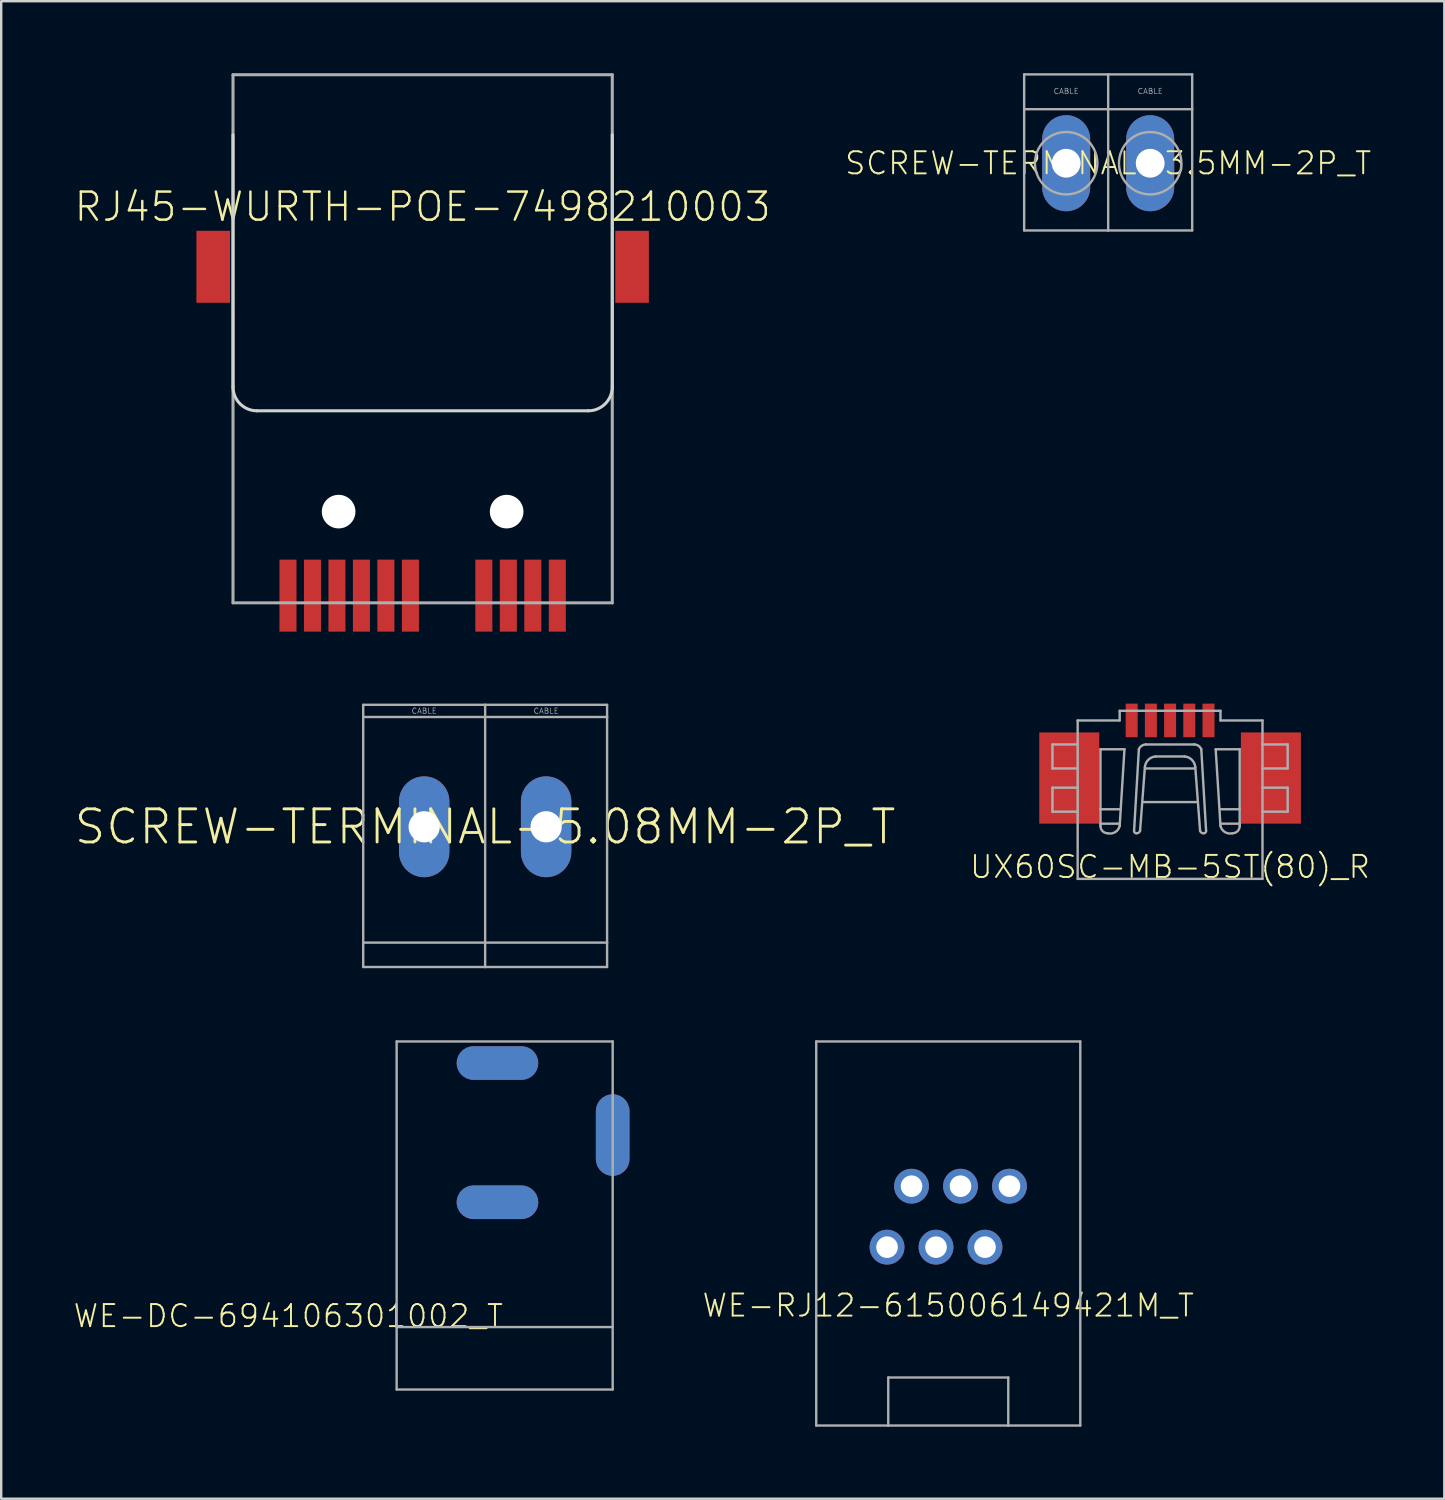
<source format=kicad_pcb>
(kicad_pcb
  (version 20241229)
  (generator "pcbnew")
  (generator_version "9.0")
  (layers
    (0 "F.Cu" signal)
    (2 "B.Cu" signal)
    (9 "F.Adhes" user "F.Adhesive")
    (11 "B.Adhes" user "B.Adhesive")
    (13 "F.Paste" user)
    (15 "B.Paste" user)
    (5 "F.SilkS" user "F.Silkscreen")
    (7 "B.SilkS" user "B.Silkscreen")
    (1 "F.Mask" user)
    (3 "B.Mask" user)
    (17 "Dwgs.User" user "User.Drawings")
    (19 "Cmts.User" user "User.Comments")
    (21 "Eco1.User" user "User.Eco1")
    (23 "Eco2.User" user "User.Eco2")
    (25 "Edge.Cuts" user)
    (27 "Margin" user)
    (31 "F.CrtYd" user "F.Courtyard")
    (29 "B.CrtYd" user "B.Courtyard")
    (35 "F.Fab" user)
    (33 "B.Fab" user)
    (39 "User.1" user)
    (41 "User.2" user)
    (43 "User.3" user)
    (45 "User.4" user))
  (footprint "SCREW-TERMINAL-5.08MM-2P_T"
    (layer "F.Cu")
    (at 17.161 31.393)
    (property "Reference" "SCREW-TERMINAL-5.08MM-2P_T" (at 0 0 0) (unlocked yes) (layer "F.SilkS") (effects (font (size 1.38 1.38) (thickness 0.12))))
    (fp_line (start -5.08 -5.08) (end -5.08 -4.572) (stroke (width 0.1) (type solid)) (layer "F.Fab"))
    (fp_line (start -5.08 -4.572) (end -5.08 4.826) (stroke (width 0.1) (type solid)) (layer "F.Fab"))
    (fp_line (start -5.08 -4.572) (end 5.08 -4.572) (stroke (width 0.1) (type solid)) (layer "F.Fab"))
    (fp_line (start -5.08 4.826) (end -5.08 5.842) (stroke (width 0.1) (type solid)) (layer "F.Fab"))
    (fp_line (start -5.08 4.826) (end 5.08 4.826) (stroke (width 0.1) (type solid)) (layer "F.Fab"))
    (fp_line (start -5.08 5.842) (end 0 5.842) (stroke (width 0.1) (type solid)) (layer "F.Fab"))
    (fp_line (start 0 -5.08) (end -5.08 -5.08) (stroke (width 0.1) (type solid)) (layer "F.Fab"))
    (fp_line (start 0 -5.08) (end 0 5.842) (stroke (width 0.1) (type solid)) (layer "F.Fab"))
    (fp_line (start 0 5.842) (end 5.08 5.842) (stroke (width 0.1) (type solid)) (layer "F.Fab"))
    (fp_line (start 5.08 -5.08) (end 0 -5.08) (stroke (width 0.1) (type solid)) (layer "F.Fab"))
    (fp_line (start 5.08 -4.572) (end 5.08 -5.08) (stroke (width 0.1) (type solid)) (layer "F.Fab"))
    (fp_line (start 5.08 4.826) (end 5.08 -4.572) (stroke (width 0.1) (type solid)) (layer "F.Fab"))
    (fp_line (start 5.08 5.842) (end 5.08 4.826) (stroke (width 0.1) (type solid)) (layer "F.Fab"))
    (fp_text user "CABLE" (at -2.54 -4.826 0) (layer "F.Fab") (effects (font (size 0.229 0.229) (thickness 0.025))))
    (fp_text user "CABLE" (at 2.54 -4.826 0) (layer "F.Fab") (effects (font (size 0.229 0.229) (thickness 0.025))))
    (pad "1" thru_hole oval (at -2.54 0 90) (size 4.2 2.1) (drill 1.3) (layers "*.Cu" "*.Mask"))
    (pad "2" thru_hole oval (at 2.54 0 90) (size 4.2 2.1) (drill 1.3) (layers "*.Cu" "*.Mask")))
  (footprint "SCREW-TERMINAL-3.5MM-2P_T"
    (layer "F.Cu")
    (at 43.116 3.75)
    (property "Reference" "SCREW-TERMINAL-3.5MM-2P_T" (at 0 0 0) (unlocked yes) (layer "F.SilkS") (effects (font (size 0.92 0.92) (thickness 0.08))))
    (fp_line (start -3.5 -3.7) (end -3.5 -2.25) (stroke (width 0.1) (type solid)) (layer "F.Fab"))
    (fp_line (start -3.5 -2.25) (end -3.5 2.8) (stroke (width 0.1) (type solid)) (layer "F.Fab"))
    (fp_line (start -3.5 -2.25) (end 0 -2.25) (stroke (width 0.1) (type solid)) (layer "F.Fab"))
    (fp_line (start -3.5 2.8) (end 0 2.8) (stroke (width 0.1) (type solid)) (layer "F.Fab"))
    (fp_line (start 0 -3.7) (end -3.5 -3.7) (stroke (width 0.1) (type solid)) (layer "F.Fab"))
    (fp_line (start 0 -3.7) (end 0 -2.25) (stroke (width 0.1) (type solid)) (layer "F.Fab"))
    (fp_line (start 0 -2.25) (end 0 2.8) (stroke (width 0.1) (type solid)) (layer "F.Fab"))
    (fp_line (start 0 -2.25) (end 3.5 -2.25) (stroke (width 0.1) (type solid)) (layer "F.Fab"))
    (fp_line (start 0 2.8) (end 3.5 2.8) (stroke (width 0.1) (type solid)) (layer "F.Fab"))
    (fp_line (start 3.5 -3.7) (end 0 -3.7) (stroke (width 0.1) (type solid)) (layer "F.Fab"))
    (fp_line (start 3.5 -2.25) (end 3.5 -3.7) (stroke (width 0.1) (type solid)) (layer "F.Fab"))
    (fp_line (start 3.5 2.8) (end 3.5 -2.25) (stroke (width 0.1) (type solid)) (layer "F.Fab"))
    (fp_circle (center -1.75 0) (end -0.45 0) (stroke (width 0.1) (type solid)) (fill no) (layer "F.Fab"))
    (fp_circle (center 1.75 0) (end 3.05 0) (stroke (width 0.1) (type solid)) (fill no) (layer "F.Fab"))
    (fp_text user "CABLE" (at 1.75 -3 0) (layer "F.Fab") (effects (font (size 0.229 0.229) (thickness 0.025))))
    (fp_text user "CABLE" (at -1.75 -3 0) (layer "F.Fab") (effects (font (size 0.229 0.229) (thickness 0.025))))
    (pad "1" thru_hole oval (at -1.75 0 90) (size 4 2) (drill 1.2) (layers "*.Cu" "*.Mask"))
    (pad "2" thru_hole oval (at 1.75 0 90) (size 4 2) (drill 1.2) (layers "*.Cu" "*.Mask")))
  (footprint "UX60SC-MB-5ST(80)_R"
    (layer "F.Cu")
    (at 45.695 33.063)
    (property "Reference" "UX60SC-MB-5ST(80)_R" (at 0 0 0) (unlocked yes) (layer "F.SilkS") (effects (font (size 0.92 0.92) (thickness 0.08))))
    (fp_line (start -4.9 -5.1) (end -4.9 -4.1) (stroke (width 0.1) (type solid)) (layer "F.Fab"))
    (fp_line (start -4.9 -4.1) (end -3.85 -4.1) (stroke (width 0.1) (type solid)) (layer "F.Fab"))
    (fp_line (start -4.9 -3.3) (end -4.9 -2.3) (stroke (width 0.1) (type solid)) (layer "F.Fab"))
    (fp_line (start -4.9 -2.3) (end -3.85 -2.3) (stroke (width 0.1) (type solid)) (layer "F.Fab"))
    (fp_line (start -3.85 -6.1) (end -3.85 -5.1) (stroke (width 0.1) (type solid)) (layer "F.Fab"))
    (fp_line (start -3.85 -5.1) (end -4.9 -5.1) (stroke (width 0.1) (type solid)) (layer "F.Fab"))
    (fp_line (start -3.85 -5.1) (end -3.85 -4.1) (stroke (width 0.1) (type solid)) (layer "F.Fab"))
    (fp_line (start -3.85 -4.1) (end -3.85 -3.3) (stroke (width 0.1) (type solid)) (layer "F.Fab"))
    (fp_line (start -3.85 -3.3) (end -4.9 -3.3) (stroke (width 0.1) (type solid)) (layer "F.Fab"))
    (fp_line (start -3.85 -3.3) (end -3.85 -2.3) (stroke (width 0.1) (type solid)) (layer "F.Fab"))
    (fp_line (start -3.85 -2.3) (end -3.85 0.5) (stroke (width 0.1) (type solid)) (layer "F.Fab"))
    (fp_line (start -3.85 0.5) (end 3.85 0.5) (stroke (width 0.1) (type solid)) (layer "F.Fab"))
    (fp_line (start -2.9 -4.9) (end -2.9 -2.4) (stroke (width 0.1) (type solid)) (layer "F.Fab"))
    (fp_line (start -2.9 -4.9) (end -1.9 -4.9) (stroke (width 0.1) (type solid)) (layer "F.Fab"))
    (fp_line (start -2.9 -2.4) (end -2.9 -1.8) (stroke (width 0.1) (type solid)) (layer "F.Fab"))
    (fp_line (start -2.9 -1.8) (end -2.9 -1.7) (stroke (width 0.1) (type solid)) (layer "F.Fab"))
    (fp_line (start -2.1 -6.5) (end 2.1 -6.5) (stroke (width 0.1) (type solid)) (layer "F.Fab"))
    (fp_line (start -2.1 -6.1) (end -3.85 -6.1) (stroke (width 0.1) (type solid)) (layer "F.Fab"))
    (fp_line (start -2.1 -6.1) (end -2.1 -6.5) (stroke (width 0.1) (type solid)) (layer "F.Fab"))
    (fp_line (start -2.1 -2.4) (end -2.9 -2.4) (stroke (width 0.1) (type solid)) (layer "F.Fab"))
    (fp_line (start -2.1 -1.8) (end -2.9 -1.8) (stroke (width 0.1) (type solid)) (layer "F.Fab"))
    (fp_line (start -2.1 -1.7) (end -1.9 -4.9) (stroke (width 0.1) (type solid)) (layer "F.Fab"))
    (fp_line (start -1.3 -4.9) (end -1.5 -1.5) (stroke (width 0.1) (type solid)) (layer "F.Fab"))
    (fp_line (start -1.25 -1.5) (end -1.05 -4.15) (stroke (width 0.1) (type solid)) (layer "F.Fab"))
    (fp_line (start -1.1 -2.7) (end 1.1 -2.7) (stroke (width 0.1) (type solid)) (layer "F.Fab"))
    (fp_line (start -1 -5.1) (end 1 -5.1) (stroke (width 0.1) (type solid)) (layer "F.Fab"))
    (fp_line (start -1 -4.1) (end 1 -4.1) (stroke (width 0.1) (type solid)) (layer "F.Fab"))
    (fp_line (start 0.6 -4.6) (end -0.6 -4.6) (stroke (width 0.1) (type solid)) (layer "F.Fab"))
    (fp_line (start 1.25 -1.5) (end 1.05 -4.15) (stroke (width 0.1) (type solid)) (layer "F.Fab"))
    (fp_line (start 1.3 -4.9) (end 1.5 -1.5) (stroke (width 0.1) (type solid)) (layer "F.Fab"))
    (fp_line (start 1.9 -4.9) (end 2.9 -4.9) (stroke (width 0.1) (type solid)) (layer "F.Fab"))
    (fp_line (start 2.1 -6.5) (end 2.1 -6.1) (stroke (width 0.1) (type solid)) (layer "F.Fab"))
    (fp_line (start 2.1 -1.8) (end 2.9 -1.8) (stroke (width 0.1) (type solid)) (layer "F.Fab"))
    (fp_line (start 2.1 -1.7) (end 1.9 -4.9) (stroke (width 0.1) (type solid)) (layer "F.Fab"))
    (fp_line (start 2.9 -4.9) (end 2.9 -2.4) (stroke (width 0.1) (type solid)) (layer "F.Fab"))
    (fp_line (start 2.9 -2.4) (end 2.1 -2.4) (stroke (width 0.1) (type solid)) (layer "F.Fab"))
    (fp_line (start 2.9 -2.4) (end 2.9 -1.8) (stroke (width 0.1) (type solid)) (layer "F.Fab"))
    (fp_line (start 2.9 -1.8) (end 2.9 -1.7) (stroke (width 0.1) (type solid)) (layer "F.Fab"))
    (fp_line (start 3.85 -6.1) (end 2.1 -6.1) (stroke (width 0.1) (type solid)) (layer "F.Fab"))
    (fp_line (start 3.85 -4.1) (end 4.9 -4.1) (stroke (width 0.1) (type solid)) (layer "F.Fab"))
    (fp_line (start 3.85 -2.3) (end 4.9 -2.3) (stroke (width 0.1) (type solid)) (layer "F.Fab"))
    (fp_line (start 3.85 0.5) (end 3.85 -6.1) (stroke (width 0.1) (type solid)) (layer "F.Fab"))
    (fp_line (start 4.9 -5.1) (end 3.85 -5.1) (stroke (width 0.1) (type solid)) (layer "F.Fab"))
    (fp_line (start 4.9 -4.1) (end 4.9 -5.1) (stroke (width 0.1) (type solid)) (layer "F.Fab"))
    (fp_line (start 4.9 -3.3) (end 3.85 -3.3) (stroke (width 0.1) (type solid)) (layer "F.Fab"))
    (fp_line (start 4.9 -2.3) (end 4.9 -3.3) (stroke (width 0.1) (type solid)) (layer "F.Fab"))
    (fp_arc (start -2.6 -1.4) (mid -2.812132 -1.487868) (end -2.9 -1.7) (stroke (width 0.1) (type solid)) (layer "F.Fab"))
    (fp_arc (start -2.1 -1.7) (mid -2.287868 -1.446447) (end -2.6 -1.4) (stroke (width 0.1) (type solid)) (layer "F.Fab"))
    (fp_arc (start -1.4 -1.399999) (mid -1.473596 -1.426403) (end -1.5 -1.5) (stroke (width 0.1) (type solid)) (layer "F.Fab"))
    (fp_arc (start -1.3 -4.899998) (mid -1.180278 -5.045415) (end -1 -5.1) (stroke (width 0.1) (type solid)) (layer "F.Fab"))
    (fp_arc (start -1.25 -1.5) (mid -1.307519 -1.423779) (end -1.399999 -1.400001) (stroke (width 0.1) (type solid)) (layer "F.Fab"))
    (fp_arc (start -1.05 -4.15) (mid -0.908417 -4.458418) (end -0.599999 -4.6) (stroke (width 0.1) (type solid)) (layer "F.Fab"))
    (fp_arc (start 0.599999 -4.6) (mid 0.908417 -4.458418) (end 1.05 -4.15) (stroke (width 0.1) (type solid)) (layer "F.Fab"))
    (fp_arc (start 1 -5.1) (mid 1.180278 -5.045416) (end 1.3 -4.899998) (stroke (width 0.1) (type solid)) (layer "F.Fab"))
    (fp_arc (start 1.399999 -1.400001) (mid 1.307519 -1.42378) (end 1.25 -1.5) (stroke (width 0.1) (type solid)) (layer "F.Fab"))
    (fp_arc (start 1.5 -1.5) (mid 1.473596 -1.426403) (end 1.4 -1.399999) (stroke (width 0.1) (type solid)) (layer "F.Fab"))
    (fp_arc (start 2.6 -1.4) (mid 2.287868 -1.446447) (end 2.1 -1.7) (stroke (width 0.1) (type solid)) (layer "F.Fab"))
    (fp_arc (start 2.9 -1.7) (mid 2.812132 -1.487868) (end 2.6 -1.4) (stroke (width 0.1) (type solid)) (layer "F.Fab"))
    (pad "1" smd rect (at -1.6 -6.1) (size 0.5 1.4) (layers "F.Cu" "F.Mask" "F.Paste"))
    (pad "2" smd rect (at -0.8 -6.1) (size 0.5 1.4) (layers "F.Cu" "F.Mask" "F.Paste"))
    (pad "3" smd rect (at 0 -6.1) (size 0.5 1.4) (layers "F.Cu" "F.Mask" "F.Paste"))
    (pad "4" smd rect (at 0.8 -6.1) (size 0.5 1.4) (layers "F.Cu" "F.Mask" "F.Paste"))
    (pad "5" smd rect (at 1.6 -6.1) (size 0.5 1.4) (layers "F.Cu" "F.Mask" "F.Paste"))
    (pad "S1" smd rect (at -4.2 -3.7 90) (size 3.8 2.5) (layers "F.Cu" "F.Mask" "F.Paste"))
    (pad "S2" smd rect (at 4.2 -3.7 90) (size 3.8 2.5) (layers "F.Cu" "F.Mask" "F.Paste"))
    (zone (net_name "") (layer "F.Cu") (hatch edge 0.5) (connect_pads) (min_thickness 0.25) (filled_areas_thickness no) (keepout (tracks not_allowed) (vias not_allowed) (pads not_allowed) (copperpour not_allowed) (footprints allowed)) (placement (enabled no)) (fill) (polygon (pts (xy 42.745 31.764) (xy 44.195 31.764) (xy 44.195 30.963) (xy 42.745 30.963))))
    (zone (net_name "") (layer "F.Cu") (hatch edge 0.5) (connect_pads) (min_thickness 0.25) (filled_areas_thickness no) (keepout (tracks not_allowed) (vias not_allowed) (pads not_allowed) (copperpour not_allowed) (footprints allowed)) (placement (enabled no)) (fill) (polygon (pts (xy 42.745 33.063) (xy 44.195 33.063) (xy 44.195 32.563) (xy 42.745 32.563))))
    (zone (net_name "") (layer "F.Cu") (hatch edge 0.5) (connect_pads) (min_thickness 0.25) (filled_areas_thickness no) (keepout (tracks not_allowed) (vias not_allowed) (pads not_allowed) (copperpour not_allowed) (footprints allowed)) (placement (enabled no)) (fill) (polygon (pts (xy 44.195 33.063) (xy 47.195 33.063) (xy 47.195 29.463) (xy 44.195 29.463))))
    (zone (net_name "") (layer "F.Cu") (hatch edge 0.5) (connect_pads) (min_thickness 0.25) (filled_areas_thickness no) (keepout (tracks not_allowed) (vias not_allowed) (pads not_allowed) (copperpour not_allowed) (footprints allowed)) (placement (enabled no)) (fill) (polygon (pts (xy 47.195 31.764) (xy 48.645 31.764) (xy 48.645 30.963) (xy 47.195 30.963))))
    (zone (net_name "") (layer "F.Cu") (hatch edge 0.5) (connect_pads) (min_thickness 0.25) (filled_areas_thickness no) (keepout (tracks not_allowed) (vias not_allowed) (pads not_allowed) (copperpour not_allowed) (footprints allowed)) (placement (enabled no)) (fill) (polygon (pts (xy 47.195 33.063) (xy 48.645 33.063) (xy 48.645 32.563) (xy 47.195 32.563)))))
  (footprint "WE-RJ12-615006149421M_T"
    (layer "F.Cu")
    (at 36.454 48.336)
    (property "Reference" "WE-RJ12-615006149421M_T" (at 0 3 0) (unlocked yes) (layer "F.SilkS") (effects (font (size 0.92 0.92) (thickness 0.08))))
    (fp_line (start -5.5 -8) (end 5.5 -8) (stroke (width 0.1) (type solid)) (layer "F.Fab"))
    (fp_line (start -5.5 8) (end -5.5 -8) (stroke (width 0.1) (type solid)) (layer "F.Fab"))
    (fp_line (start -2.5 6) (end 2.5 6) (stroke (width 0.1) (type solid)) (layer "F.Fab"))
    (fp_line (start -2.5 8) (end -5.5 8) (stroke (width 0.1) (type solid)) (layer "F.Fab"))
    (fp_line (start -2.5 8) (end -2.5 6) (stroke (width 0.1) (type solid)) (layer "F.Fab"))
    (fp_line (start 2.5 6) (end 2.5 8) (stroke (width 0.1) (type solid)) (layer "F.Fab"))
    (fp_line (start 2.5 8) (end -2.5 8) (stroke (width 0.1) (type solid)) (layer "F.Fab"))
    (fp_line (start 5.5 -8) (end 5.5 8) (stroke (width 0.1) (type solid)) (layer "F.Fab"))
    (fp_line (start 5.5 8) (end 2.5 8) (stroke (width 0.1) (type solid)) (layer "F.Fab"))
    (pad "1" thru_hole circle (at 2.55 -1.97) (size 1.45 1.45) (drill 0.9) (layers "*.Cu" "*.Mask"))
    (pad "2" thru_hole circle (at 1.53 0.57) (size 1.45 1.45) (drill 0.9) (layers "*.Cu" "*.Mask"))
    (pad "3" thru_hole circle (at 0.51 -1.97) (size 1.45 1.45) (drill 0.9) (layers "*.Cu" "*.Mask"))
    (pad "4" thru_hole circle (at -0.51 0.57) (size 1.45 1.45) (drill 0.9) (layers "*.Cu" "*.Mask"))
    (pad "5" thru_hole circle (at -1.53 -1.97) (size 1.45 1.45) (drill 0.9) (layers "*.Cu" "*.Mask"))
    (pad "6" thru_hole circle (at -2.55 0.57) (size 1.45 1.45) (drill 0.9) (layers "*.Cu" "*.Mask")))
  (footprint "WE-DC-694106301002_T"
    (layer "F.Cu")
    (at 22.474 44.236)
    (property "Reference" "WE-DC-694106301002_T" (at -4.5 7 0) (unlocked yes) (layer "F.SilkS") (effects (font (size 0.92 0.92) (thickness 0.08)) (justify right top)))
    (fp_line (start -9 -3.9) (end -9 8) (stroke (width 0.1) (type solid)) (layer "F.Fab"))
    (fp_line (start -9 8) (end -9 10.6) (stroke (width 0.1) (type solid)) (layer "F.Fab"))
    (fp_line (start -9 10.6) (end 0 10.6) (stroke (width 0.1) (type solid)) (layer "F.Fab"))
    (fp_line (start 0 -3.9) (end -9 -3.9) (stroke (width 0.1) (type solid)) (layer "F.Fab"))
    (fp_line (start 0 8) (end -9 8) (stroke (width 0.1) (type solid)) (layer "F.Fab"))
    (fp_line (start 0 8) (end 0 -3.9) (stroke (width 0.1) (type solid)) (layer "F.Fab"))
    (fp_line (start 0 10.6) (end 0 8) (stroke (width 0.1) (type solid)) (layer "F.Fab"))
    (pad "1A" smd roundrect (at -4.8 -3 180) (size 3.4 1.4) (layers "F.Cu" "F.Mask") (roundrect_rratio 0.5))
    (pad "1B" smd roundrect (at -4.8 -3) (size 3.4 1.4) (layers "B.Cu" "B.Mask") (roundrect_rratio 0.5))
    (pad "2A" smd roundrect (at -4.8 2.8 180) (size 3.4 1.4) (layers "F.Cu" "F.Mask") (roundrect_rratio 0.5))
    (pad "2B" smd roundrect (at -4.8 2.8) (size 3.4 1.4) (layers "B.Cu" "B.Mask") (roundrect_rratio 0.5))
    (pad "3A" smd roundrect (at 0 0 90) (size 3.4 1.4) (layers "F.Cu" "F.Mask") (roundrect_rratio 0.5))
    (pad "3B" smd roundrect (at 0 0 270) (size 3.4 1.4) (layers "B.Cu" "B.Mask") (roundrect_rratio 0.5)))
  (footprint "RJ45-WURTH-POE-7498210003"
    (layer "F.Cu")
    (at 14.557 18.264)
    (property "Reference" "RJ45-WURTH-POE-7498210003" (at 0 -12.7 0) (unlocked yes) (layer "F.SilkS") (effects (font (size 1.168 1.168) (thickness 0.102))))
    (fp_line (start -7.9 -5.2) (end -7.9 -15.7) (stroke (width 0.127) (type solid)) (layer "Edge.Cuts"))
    (fp_line (start -6.9 -4.2) (end 6.9 -4.2) (stroke (width 0.127) (type solid)) (layer "Edge.Cuts"))
    (fp_line (start 7.9 -5.2) (end 7.9 -15.7) (stroke (width 0.127) (type solid)) (layer "Edge.Cuts"))
    (fp_arc (start -6.9 -4.2) (mid -7.607107 -4.492893) (end -7.9 -5.2) (stroke (width 0.127) (type solid)) (layer "Edge.Cuts"))
    (fp_arc (start 7.9 -5.2) (mid 7.607107 -4.492893) (end 6.9 -4.2) (stroke (width 0.127) (type solid)) (layer "Edge.Cuts"))
    (fp_line (start -7.9 -18.2) (end -7.9 3.8) (stroke (width 0.127) (type solid)) (layer "F.Fab"))
    (fp_line (start -7.9 -18.2) (end 7.9 -18.2) (stroke (width 0.127) (type solid)) (layer "F.Fab"))
    (fp_line (start -7.9 3.8) (end 7.9 3.8) (stroke (width 0.127) (type solid)) (layer "F.Fab"))
    (fp_line (start 7.9 -18.2) (end 7.9 3.8) (stroke (width 0.127) (type solid)) (layer "F.Fab"))
    (pad "" np_thru_hole circle (at -3.5 0) (size 1.4 1.4) (drill 1.4) (layers "*.Cu" "*.Mask"))
    (pad "" np_thru_hole circle (at 3.5 0) (size 1.4 1.4) (drill 1.4) (layers "*.Cu" "*.Mask"))
    (pad "1" smd rect (at -5.61 3.5) (size 0.71 3) (layers "F.Cu" "F.Mask" "F.Paste"))
    (pad "2" smd rect (at -4.59 3.5) (size 0.71 3) (layers "F.Cu" "F.Mask" "F.Paste"))
    (pad "3" smd rect (at -3.57 3.5) (size 0.71 3) (layers "F.Cu" "F.Mask" "F.Paste"))
    (pad "4" smd rect (at -2.55 3.5) (size 0.71 3) (layers "F.Cu" "F.Mask" "F.Paste"))
    (pad "5" smd rect (at -1.53 3.5) (size 0.71 3) (layers "F.Cu" "F.Mask" "F.Paste"))
    (pad "6" smd rect (at -0.51 3.5) (size 0.71 3) (layers "F.Cu" "F.Mask" "F.Paste"))
    (pad "9" smd rect (at 2.55 3.5) (size 0.71 3) (layers "F.Cu" "F.Mask" "F.Paste"))
    (pad "10" smd rect (at 3.57 3.5) (size 0.71 3) (layers "F.Cu" "F.Mask" "F.Paste"))
    (pad "11" smd rect (at 4.59 3.5) (size 0.71 3) (layers "F.Cu" "F.Mask" "F.Paste"))
    (pad "12" smd rect (at 5.61 3.5) (size 0.71 3) (layers "F.Cu" "F.Mask" "F.Paste"))
    (pad "13" smd rect (at -8.725 -10.2) (size 1.4 3) (layers "F.Cu" "F.Mask" "F.Paste"))
    (pad "14" smd rect (at 8.725 -10.2) (size 1.4 3) (layers "F.Cu" "F.Mask" "F.Paste")))
  (gr_rect
    (start -3 -3)
    (end 57.119 59.386)
    (stroke (width 0.1) (type default))
    (fill no)
    (layer "Edge.Cuts")))
</source>
